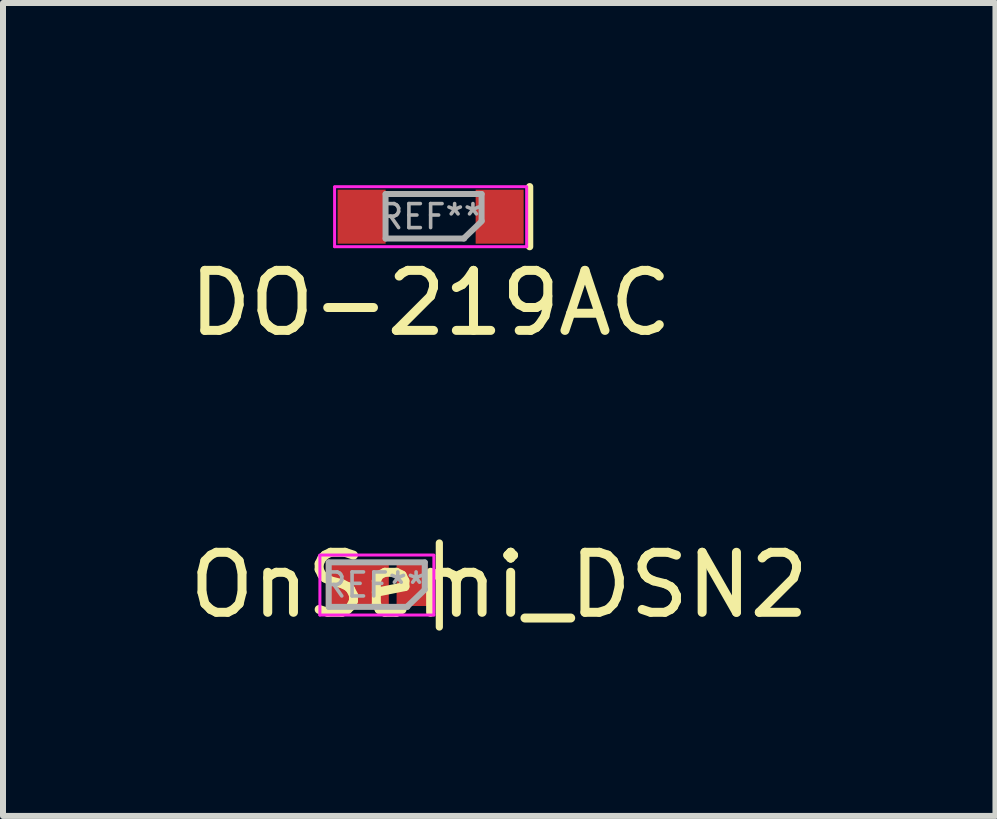
<source format=kicad_pcb>
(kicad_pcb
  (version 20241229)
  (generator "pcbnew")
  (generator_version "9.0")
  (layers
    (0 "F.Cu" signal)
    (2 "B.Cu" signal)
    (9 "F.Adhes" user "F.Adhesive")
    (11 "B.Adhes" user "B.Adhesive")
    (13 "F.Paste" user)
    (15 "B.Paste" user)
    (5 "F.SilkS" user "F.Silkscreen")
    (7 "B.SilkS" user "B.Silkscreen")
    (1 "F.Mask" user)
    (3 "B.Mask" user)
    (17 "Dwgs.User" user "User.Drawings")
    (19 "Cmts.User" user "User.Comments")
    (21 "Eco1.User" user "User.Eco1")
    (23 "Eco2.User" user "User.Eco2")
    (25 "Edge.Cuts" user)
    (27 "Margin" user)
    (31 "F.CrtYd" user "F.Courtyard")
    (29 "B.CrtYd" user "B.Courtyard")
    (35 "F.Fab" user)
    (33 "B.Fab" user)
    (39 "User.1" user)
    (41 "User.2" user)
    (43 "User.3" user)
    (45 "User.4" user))
  (footprint "OnSemi_DSN2"
    (layer "F.Cu")
    (at 3.178 6.697)
    (property "Reference" "OnSemi_DSN2" (at 2.09 0 0) (layer "F.SilkS") (effects (font (size 1 1) (thickness 0.15))))
    (attr smd)
    (fp_line (start 1.092 -0.7) (end 1.092 0.7) (stroke (width 0.12) (type solid)) (layer "F.SilkS"))
    (fp_line (start -0.9 -0.499) (end 1 -0.499) (stroke (width 0.05) (type solid)) (layer "F.CrtYd"))
    (fp_line (start -0.898 0.5) (end -0.898 -0.49) (stroke (width 0.05) (type solid)) (layer "F.CrtYd"))
    (fp_line (start 1 0.5) (end -0.9 0.5) (stroke (width 0.05) (type solid)) (layer "F.CrtYd"))
    (fp_line (start 1.001 -0.49) (end 1.001 0.5) (stroke (width 0.05) (type solid)) (layer "F.CrtYd"))
    (fp_line (start -0.751 -0.375) (end -0.751 0.364) (stroke (width 0.1) (type solid)) (layer "F.Fab"))
    (fp_line (start -0.75 0.364) (end 0.56 0.364) (stroke (width 0.1) (type solid)) (layer "F.Fab"))
    (fp_line (start 0.552 0.363) (end 0.852 0.075) (stroke (width 0.1) (type solid)) (layer "F.Fab"))
    (fp_line (start 0.849 0.064) (end 0.849 -0.375) (stroke (width 0.1) (type solid)) (layer "F.Fab"))
    (fp_line (start 0.85 -0.378) (end -0.75 -0.378) (stroke (width 0.1) (type solid)) (layer "F.Fab"))
    (fp_text user "REF**" (at 0 0 0) (layer "F.Fab") (effects (font (size 0.4 0.4) (thickness 0.06))))
    (pad "1" smd rect (at 0.64 0) (size 0.52 0.7) (layers "F.Cu" "F.Mask" "F.Paste"))
    (pad "2" smd rect (at -0.275 0) (size 1.05 0.7) (layers "F.Cu" "F.Mask" "F.Paste")))
  (footprint "DO-219AC"
    (layer "F.Cu")
    (at 4.125 0.56)
    (property "Reference" "DO-219AC" (at 0 1.44 0) (layer "F.SilkS") (effects (font (size 1 1) (thickness 0.15))))
    (attr smd)
    (fp_line (start 1.65 -0.5) (end 1.65 0.5) (stroke (width 0.12) (type solid)) (layer "F.SilkS"))
    (fp_line (start -1.6 -0.499) (end 1.6 -0.499) (stroke (width 0.05) (type solid)) (layer "F.CrtYd"))
    (fp_line (start -1.6 0.5) (end -1.6 -0.49) (stroke (width 0.05) (type solid)) (layer "F.CrtYd"))
    (fp_line (start 1.6 -0.49) (end 1.6 0.5) (stroke (width 0.05) (type solid)) (layer "F.CrtYd"))
    (fp_line (start 1.6 0.5) (end -1.6 0.5) (stroke (width 0.05) (type solid)) (layer "F.CrtYd"))
    (fp_line (start -0.751 -0.375) (end -0.751 0.364) (stroke (width 0.1) (type solid)) (layer "F.Fab"))
    (fp_line (start -0.75 0.364) (end 0.56 0.364) (stroke (width 0.1) (type solid)) (layer "F.Fab"))
    (fp_line (start 0.552 0.363) (end 0.852 0.075) (stroke (width 0.1) (type solid)) (layer "F.Fab"))
    (fp_line (start 0.849 0.064) (end 0.849 -0.375) (stroke (width 0.1) (type solid)) (layer "F.Fab"))
    (fp_line (start 0.85 -0.378) (end -0.75 -0.378) (stroke (width 0.1) (type solid)) (layer "F.Fab"))
    (fp_text user "REF**" (at 0 0 0) (layer "F.Fab") (effects (font (size 0.4 0.4) (thickness 0.06))))
    (pad "1" smd rect (at 1.15 0) (size 0.8 0.9) (layers "F.Cu" "F.Mask" "F.Paste"))
    (pad "2" smd rect (at -1.15 0) (size 0.8 0.9) (layers "F.Cu" "F.Mask" "F.Paste")))
  (gr_rect
    (start -3 -3)
    (end 13.536 10.545)
    (stroke (width 0.1) (type default))
    (fill no)
    (layer "Edge.Cuts")))
</source>
